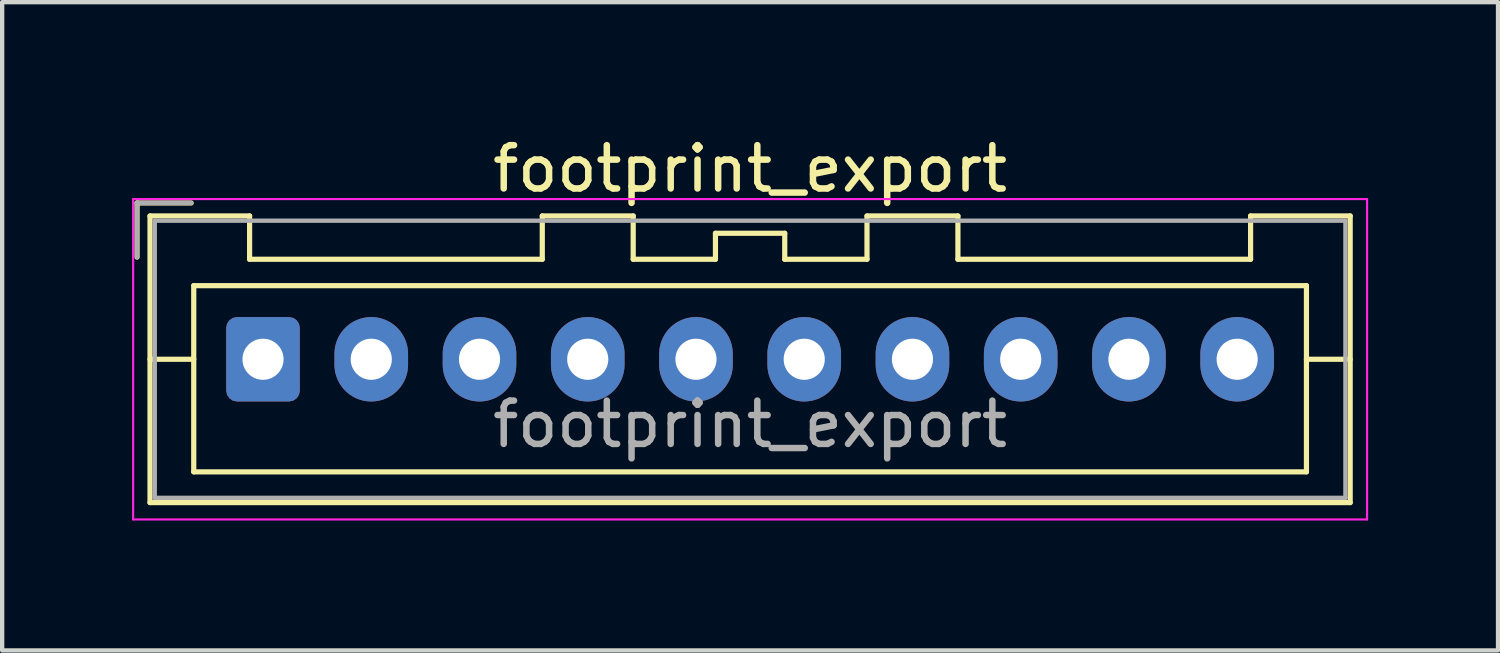
<source format=kicad_pcb>
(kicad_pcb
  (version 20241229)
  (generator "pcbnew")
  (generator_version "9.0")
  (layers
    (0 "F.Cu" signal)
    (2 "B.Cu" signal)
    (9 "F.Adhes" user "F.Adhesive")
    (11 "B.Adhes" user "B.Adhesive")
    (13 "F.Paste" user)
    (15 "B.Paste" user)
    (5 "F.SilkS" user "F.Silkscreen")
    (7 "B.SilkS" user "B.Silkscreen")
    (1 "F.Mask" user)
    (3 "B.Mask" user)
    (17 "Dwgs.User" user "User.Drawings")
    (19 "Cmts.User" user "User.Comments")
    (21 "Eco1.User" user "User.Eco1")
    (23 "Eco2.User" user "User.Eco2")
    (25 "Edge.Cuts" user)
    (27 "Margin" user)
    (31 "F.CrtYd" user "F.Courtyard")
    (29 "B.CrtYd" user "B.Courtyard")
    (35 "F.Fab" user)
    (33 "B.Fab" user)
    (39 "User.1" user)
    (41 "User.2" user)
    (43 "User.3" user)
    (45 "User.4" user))
  (footprint "footprint_export"
    (layer "F.Cu")
    (at 3.025 5.248)
    (property "Reference" "footprint_export" (at 11.25 -4.4 0) (layer "F.SilkS") (effects (font (size 1 1) (thickness 0.15))))
    (attr through_hole)
    (fp_line (start -2.91 -3.61) (end -2.91 -2.36) (stroke (width 0.12) (type solid)) (layer "F.SilkS"))
    (fp_line (start -2.61 -3.31) (end -2.61 3.31) (stroke (width 0.12) (type solid)) (layer "F.SilkS"))
    (fp_line (start -2.61 0) (end -1.6 0) (stroke (width 0.12) (type solid)) (layer "F.SilkS"))
    (fp_line (start -2.61 3.31) (end 25.11 3.31) (stroke (width 0.12) (type solid)) (layer "F.SilkS"))
    (fp_line (start -1.66 -3.61) (end -2.91 -3.61) (stroke (width 0.12) (type solid)) (layer "F.SilkS"))
    (fp_line (start -1.6 -1.7) (end -1.6 2.6) (stroke (width 0.12) (type solid)) (layer "F.SilkS"))
    (fp_line (start -1.6 2.6) (end 24.1 2.6) (stroke (width 0.12) (type solid)) (layer "F.SilkS"))
    (fp_line (start -0.31 -3.31) (end -2.61 -3.31) (stroke (width 0.12) (type solid)) (layer "F.SilkS"))
    (fp_line (start -0.31 -2.31) (end -0.31 -3.31) (stroke (width 0.12) (type solid)) (layer "F.SilkS"))
    (fp_line (start 6.45 -3.31) (end 6.45 -2.31) (stroke (width 0.12) (type solid)) (layer "F.SilkS"))
    (fp_line (start 6.45 -2.31) (end -0.31 -2.31) (stroke (width 0.12) (type solid)) (layer "F.SilkS"))
    (fp_line (start 8.55 -3.31) (end 6.45 -3.31) (stroke (width 0.12) (type solid)) (layer "F.SilkS"))
    (fp_line (start 8.55 -2.31) (end 8.55 -3.31) (stroke (width 0.12) (type solid)) (layer "F.SilkS"))
    (fp_line (start 10.45 -2.91) (end 10.45 -2.31) (stroke (width 0.12) (type solid)) (layer "F.SilkS"))
    (fp_line (start 10.45 -2.31) (end 8.55 -2.31) (stroke (width 0.12) (type solid)) (layer "F.SilkS"))
    (fp_line (start 12.05 -2.91) (end 10.45 -2.91) (stroke (width 0.12) (type solid)) (layer "F.SilkS"))
    (fp_line (start 12.05 -2.31) (end 12.05 -2.91) (stroke (width 0.12) (type solid)) (layer "F.SilkS"))
    (fp_line (start 13.95 -3.31) (end 13.95 -2.31) (stroke (width 0.12) (type solid)) (layer "F.SilkS"))
    (fp_line (start 13.95 -2.31) (end 12.05 -2.31) (stroke (width 0.12) (type solid)) (layer "F.SilkS"))
    (fp_line (start 16.05 -3.31) (end 13.95 -3.31) (stroke (width 0.12) (type solid)) (layer "F.SilkS"))
    (fp_line (start 16.05 -2.31) (end 16.05 -3.31) (stroke (width 0.12) (type solid)) (layer "F.SilkS"))
    (fp_line (start 22.81 -3.31) (end 22.81 -2.31) (stroke (width 0.12) (type solid)) (layer "F.SilkS"))
    (fp_line (start 22.81 -2.31) (end 16.05 -2.31) (stroke (width 0.12) (type solid)) (layer "F.SilkS"))
    (fp_line (start 24.1 -1.7) (end -1.6 -1.7) (stroke (width 0.12) (type solid)) (layer "F.SilkS"))
    (fp_line (start 24.1 2.6) (end 24.1 -1.7) (stroke (width 0.12) (type solid)) (layer "F.SilkS"))
    (fp_line (start 25.11 -3.31) (end 22.81 -3.31) (stroke (width 0.12) (type solid)) (layer "F.SilkS"))
    (fp_line (start 25.11 0) (end 24.1 0) (stroke (width 0.12) (type solid)) (layer "F.SilkS"))
    (fp_line (start 25.11 3.31) (end 25.11 -3.31) (stroke (width 0.12) (type solid)) (layer "F.SilkS"))
    (fp_line (start -3 -3.7) (end -3 3.7) (stroke (width 0.05) (type solid)) (layer "F.CrtYd"))
    (fp_line (start -3 3.7) (end 25.5 3.7) (stroke (width 0.05) (type solid)) (layer "F.CrtYd"))
    (fp_line (start 25.5 -3.7) (end -3 -3.7) (stroke (width 0.05) (type solid)) (layer "F.CrtYd"))
    (fp_line (start 25.5 3.7) (end 25.5 -3.7) (stroke (width 0.05) (type solid)) (layer "F.CrtYd"))
    (fp_line (start -2.91 -3.61) (end -2.91 -2.36) (stroke (width 0.1) (type solid)) (layer "F.Fab"))
    (fp_line (start -2.5 -3.2) (end -2.5 3.2) (stroke (width 0.1) (type solid)) (layer "F.Fab"))
    (fp_line (start -2.5 3.2) (end 25 3.2) (stroke (width 0.1) (type solid)) (layer "F.Fab"))
    (fp_line (start -1.66 -3.61) (end -2.91 -3.61) (stroke (width 0.1) (type solid)) (layer "F.Fab"))
    (fp_line (start 25 -3.2) (end -2.5 -3.2) (stroke (width 0.1) (type solid)) (layer "F.Fab"))
    (fp_line (start 25 3.2) (end 25 -3.2) (stroke (width 0.1) (type solid)) (layer "F.Fab"))
    (fp_text user "${REFERENCE}" (at 11.25 1.5 0) (layer "F.Fab") (effects (font (size 1 1) (thickness 0.15))))
    (pad "1" thru_hole roundrect (at 0 0) (size 1.7 1.95) (drill 0.95) (layers "*.Cu" "*.Mask") (roundrect_rratio 0.147))
    (pad "2" thru_hole oval (at 2.5 0) (size 1.7 1.95) (drill 0.95) (layers "*.Cu" "*.Mask"))
    (pad "3" thru_hole oval (at 5 0) (size 1.7 1.95) (drill 0.95) (layers "*.Cu" "*.Mask"))
    (pad "4" thru_hole oval (at 7.5 0) (size 1.7 1.95) (drill 0.95) (layers "*.Cu" "*.Mask"))
    (pad "5" thru_hole oval (at 10 0) (size 1.7 1.95) (drill 0.95) (layers "*.Cu" "*.Mask"))
    (pad "6" thru_hole oval (at 12.5 0) (size 1.7 1.95) (drill 0.95) (layers "*.Cu" "*.Mask"))
    (pad "7" thru_hole oval (at 15 0) (size 1.7 1.95) (drill 0.95) (layers "*.Cu" "*.Mask"))
    (pad "8" thru_hole oval (at 17.5 0) (size 1.7 1.95) (drill 0.95) (layers "*.Cu" "*.Mask"))
    (pad "9" thru_hole oval (at 20 0) (size 1.7 1.95) (drill 0.95) (layers "*.Cu" "*.Mask"))
    (pad "10" thru_hole oval (at 22.5 0) (size 1.7 1.95) (drill 0.95) (layers "*.Cu" "*.Mask")))
  (gr_rect
    (start -3 -3)
    (end 31.55 11.973)
    (stroke (width 0.1) (type default))
    (fill no)
    (layer "Edge.Cuts")))
</source>
